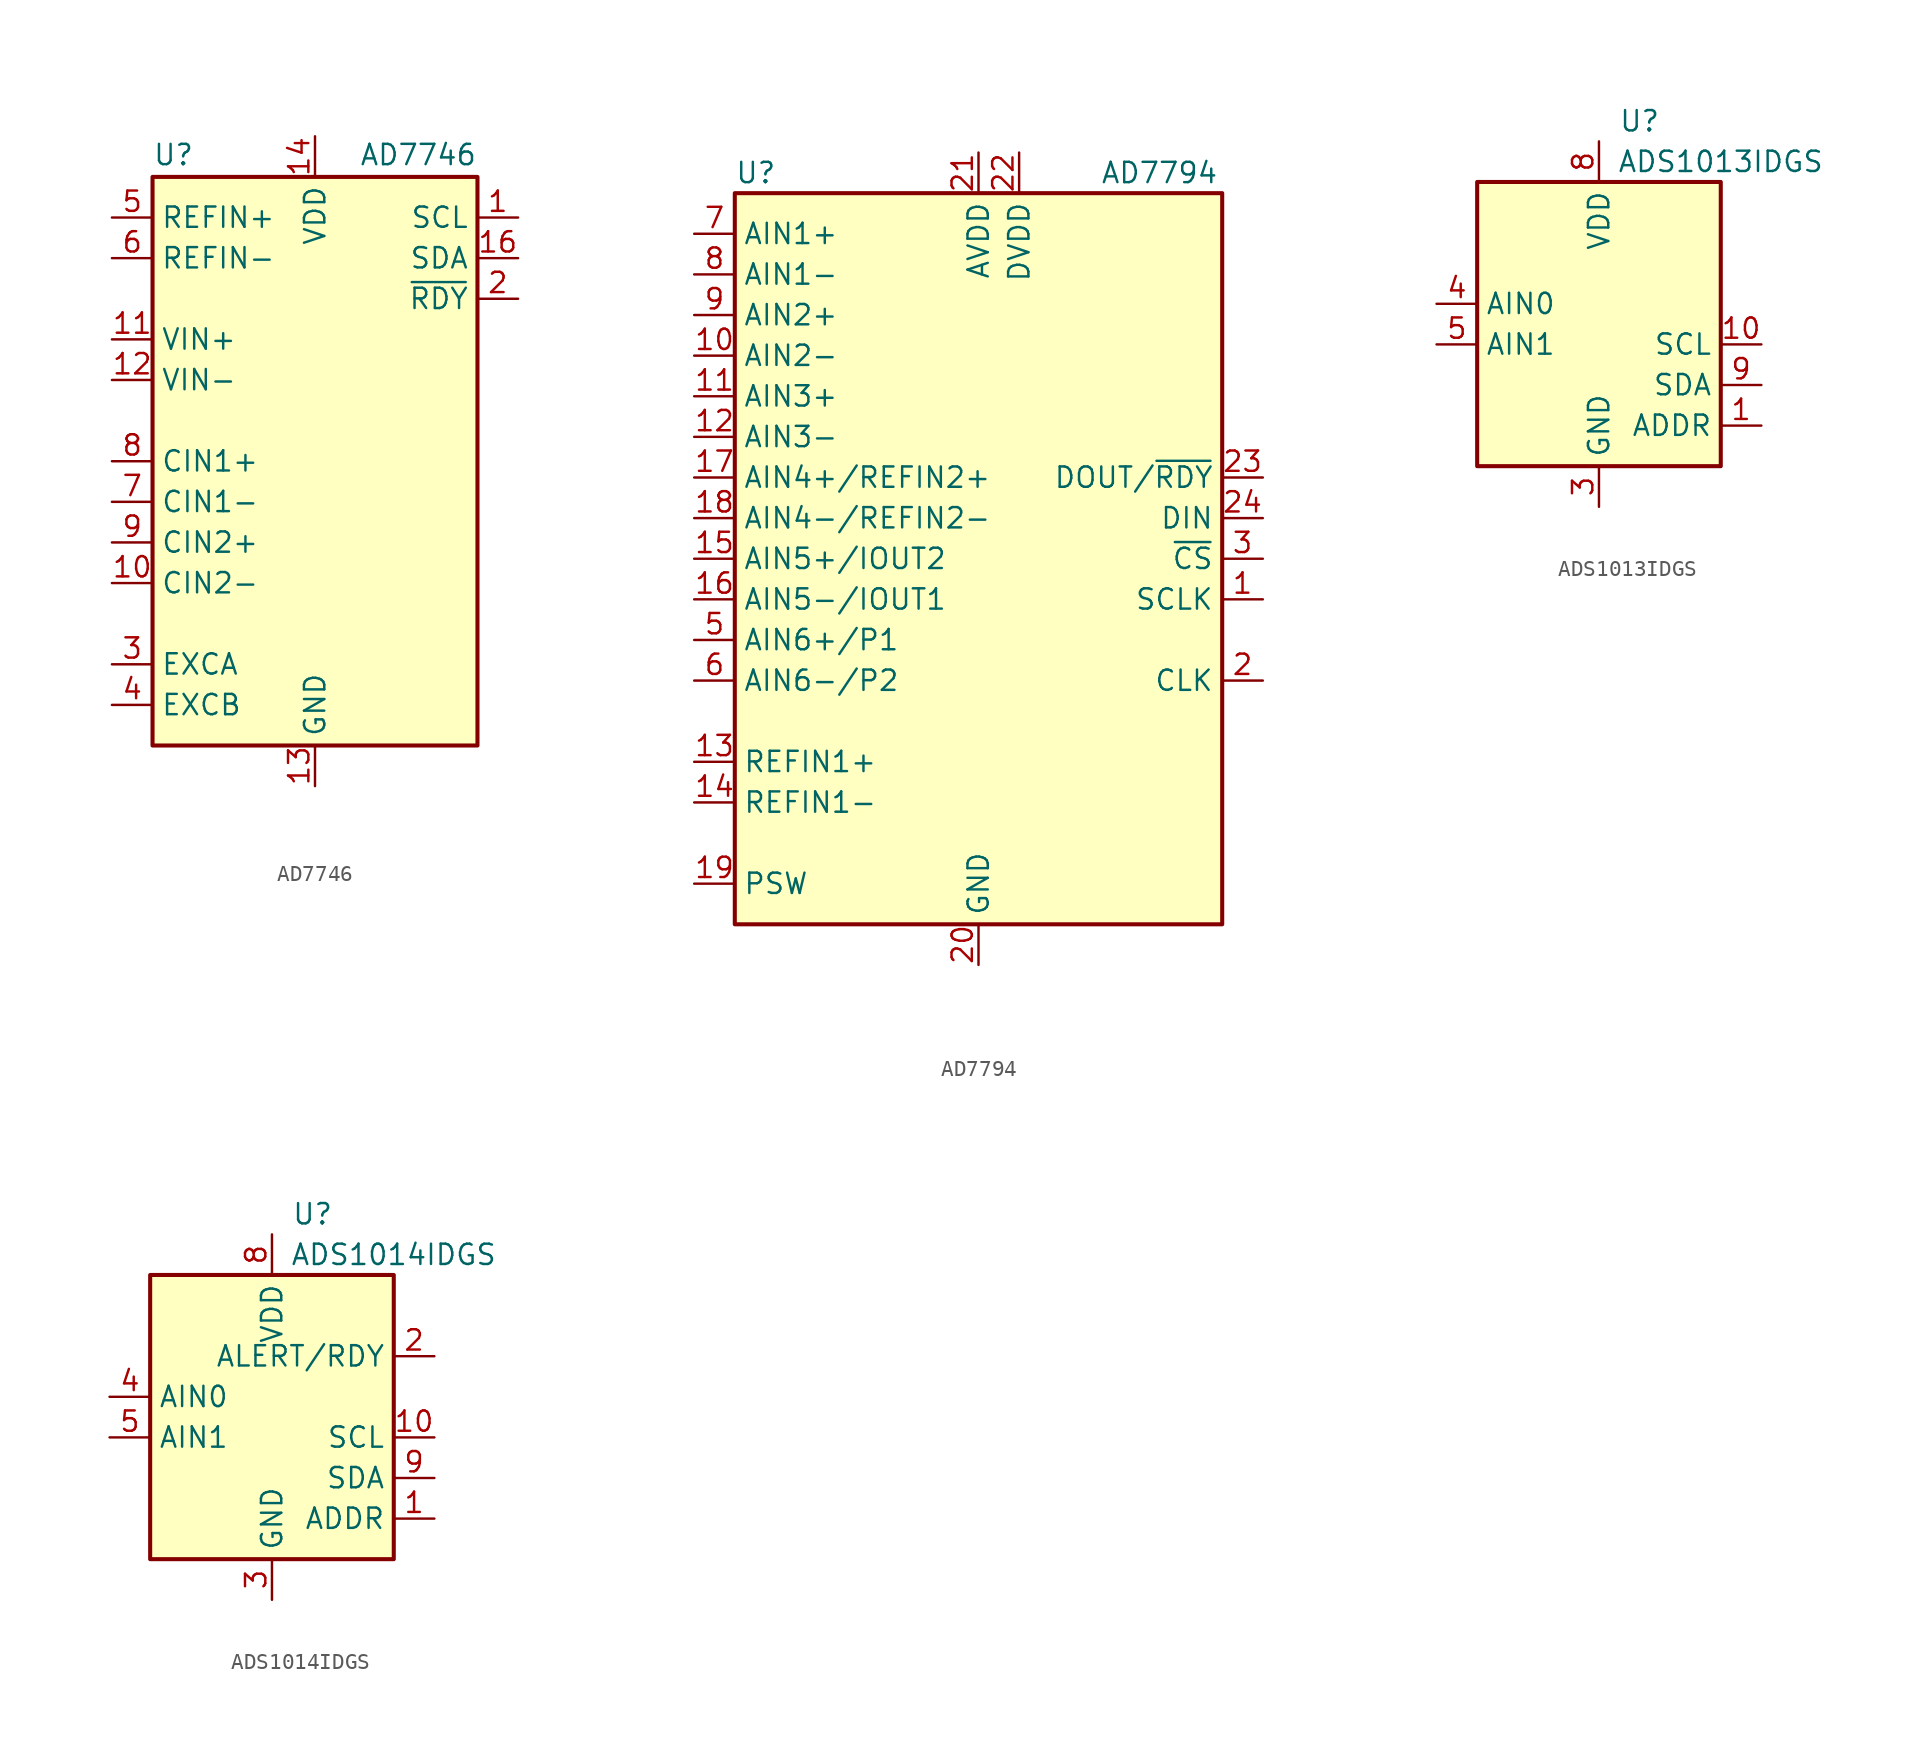
<source format=kicad_sym>
(kicad_symbol_lib
  (version 20200908)
  (generator kicad_symbol_editor)
  (symbol "Analog_ADC:AD7746"
    (property "Reference" "U"
      (at -10.16 18.415 0)
      (effects (font (size 1.27 1.27)) (justify left bottom)))
    (property "Value" "AD7746"
      (at 10.16 18.415 0)
      (effects (font (size 1.27 1.27)) (justify right bottom)))
    (symbol "AD7746_0_1"
      (rectangle (start -10.16 -17.78) (end 10.16 17.78) (stroke (width 0.254)) (fill (type background))))
    (symbol "AD7746_1_1"
      (pin input line (at 12.7 15.24 180) (length 2.54) (name "SCL" (effects (font (size 1.27 1.27)))) (number "1" (effects (font (size 1.27 1.27)))))
      (pin passive line (at -12.7 -7.62 0) (length 2.54) (name "CIN2-" (effects (font (size 1.27 1.27)))) (number "10" (effects (font (size 1.27 1.27)))))
      (pin input line (at -12.7 7.62 0) (length 2.54) (name "VIN+" (effects (font (size 1.27 1.27)))) (number "11" (effects (font (size 1.27 1.27)))))
      (pin input line (at -12.7 5.08 0) (length 2.54) (name "VIN-" (effects (font (size 1.27 1.27)))) (number "12" (effects (font (size 1.27 1.27)))))
      (pin power_in line (at 0 -20.32 90) (length 2.54) (name "GND" (effects (font (size 1.27 1.27)))) (number "13" (effects (font (size 1.27 1.27)))))
      (pin power_in line (at 0 20.32 270) (length 2.54) (name "VDD" (effects (font (size 1.27 1.27)))) (number "14" (effects (font (size 1.27 1.27)))))
      (pin unconnected line (at 10.16 -15.24 180) (length 2.54) hide (name "NC" (effects (font (size 1.27 1.27)))) (number "15" (effects (font (size 1.27 1.27)))))
      (pin bidirectional line (at 12.7 12.7 180) (length 2.54) (name "SDA" (effects (font (size 1.27 1.27)))) (number "16" (effects (font (size 1.27 1.27)))))
      (pin output line (at 12.7 10.16 180) (length 2.54) (name "~RDY" (effects (font (size 1.27 1.27)))) (number "2" (effects (font (size 1.27 1.27)))))
      (pin output line (at -12.7 -12.7 0) (length 2.54) (name "EXCA" (effects (font (size 1.27 1.27)))) (number "3" (effects (font (size 1.27 1.27)))))
      (pin output line (at -12.7 -15.24 0) (length 2.54) (name "EXCB" (effects (font (size 1.27 1.27)))) (number "4" (effects (font (size 1.27 1.27)))))
      (pin input line (at -12.7 15.24 0) (length 2.54) (name "REFIN+" (effects (font (size 1.27 1.27)))) (number "5" (effects (font (size 1.27 1.27)))))
      (pin input line (at -12.7 12.7 0) (length 2.54) (name "REFIN-" (effects (font (size 1.27 1.27)))) (number "6" (effects (font (size 1.27 1.27)))))
      (pin passive line (at -12.7 -2.54 0) (length 2.54) (name "CIN1-" (effects (font (size 1.27 1.27)))) (number "7" (effects (font (size 1.27 1.27)))))
      (pin passive line (at -12.7 0 0) (length 2.54) (name "CIN1+" (effects (font (size 1.27 1.27)))) (number "8" (effects (font (size 1.27 1.27)))))
      (pin passive line (at -12.7 -5.08 0) (length 2.54) (name "CIN2+" (effects (font (size 1.27 1.27)))) (number "9" (effects (font (size 1.27 1.27)))))))
  (symbol "Analog_ADC:AD7794"
    (property "Reference" "U"
      (at -15.24 24.13 0)
      (effects (font (size 1.27 1.27)) (justify left)))
    (property "Value" "AD7794"
      (at 7.62 24.13 0)
      (effects (font (size 1.27 1.27)) (justify left)))
    (symbol "AD7794_0_1"
      (rectangle (start -15.24 22.86) (end 15.24 -22.86) (stroke (width 0.254)) (fill (type background))))
    (symbol "AD7794_1_1"
      (pin input line (at 17.78 -2.54 180) (length 2.54) (name "SCLK" (effects (font (size 1.27 1.27)))) (number "1" (effects (font (size 1.27 1.27)))))
      (pin input line (at -17.78 12.7 0) (length 2.54) (name "AIN2-" (effects (font (size 1.27 1.27)))) (number "10" (effects (font (size 1.27 1.27)))))
      (pin input line (at -17.78 10.16 0) (length 2.54) (name "AIN3+" (effects (font (size 1.27 1.27)))) (number "11" (effects (font (size 1.27 1.27)))))
      (pin input line (at -17.78 7.62 0) (length 2.54) (name "AIN3-" (effects (font (size 1.27 1.27)))) (number "12" (effects (font (size 1.27 1.27)))))
      (pin input line (at -17.78 -12.7 0) (length 2.54) (name "REFIN1+" (effects (font (size 1.27 1.27)))) (number "13" (effects (font (size 1.27 1.27)))))
      (pin input line (at -17.78 -15.24 0) (length 2.54) (name "REFIN1-" (effects (font (size 1.27 1.27)))) (number "14" (effects (font (size 1.27 1.27)))))
      (pin input line (at -17.78 0 0) (length 2.54) (name "AIN5+/IOUT2" (effects (font (size 1.27 1.27)))) (number "15" (effects (font (size 1.27 1.27)))))
      (pin input line (at -17.78 -2.54 0) (length 2.54) (name "AIN5-/IOUT1" (effects (font (size 1.27 1.27)))) (number "16" (effects (font (size 1.27 1.27)))))
      (pin input line (at -17.78 5.08 0) (length 2.54) (name "AIN4+/REFIN2+" (effects (font (size 1.27 1.27)))) (number "17" (effects (font (size 1.27 1.27)))))
      (pin input line (at -17.78 2.54 0) (length 2.54) (name "AIN4-/REFIN2-" (effects (font (size 1.27 1.27)))) (number "18" (effects (font (size 1.27 1.27)))))
      (pin passive line (at -17.78 -20.32 0) (length 2.54) (name "PSW" (effects (font (size 1.27 1.27)))) (number "19" (effects (font (size 1.27 1.27)))))
      (pin bidirectional line (at 17.78 -7.62 180) (length 2.54) (name "CLK" (effects (font (size 1.27 1.27)))) (number "2" (effects (font (size 1.27 1.27)))))
      (pin power_in line (at 0 -25.4 90) (length 2.54) (name "GND" (effects (font (size 1.27 1.27)))) (number "20" (effects (font (size 1.27 1.27)))))
      (pin power_in line (at 0 25.4 270) (length 2.54) (name "AVDD" (effects (font (size 1.27 1.27)))) (number "21" (effects (font (size 1.27 1.27)))))
      (pin power_in line (at 2.54 25.4 270) (length 2.54) (name "DVDD" (effects (font (size 1.27 1.27)))) (number "22" (effects (font (size 1.27 1.27)))))
      (pin output line (at 17.78 5.08 180) (length 2.54) (name "DOUT/~RDY" (effects (font (size 1.27 1.27)))) (number "23" (effects (font (size 1.27 1.27)))))
      (pin input line (at 17.78 2.54 180) (length 2.54) (name "DIN" (effects (font (size 1.27 1.27)))) (number "24" (effects (font (size 1.27 1.27)))))
      (pin input line (at 17.78 0 180) (length 2.54) (name "~CS" (effects (font (size 1.27 1.27)))) (number "3" (effects (font (size 1.27 1.27)))))
      (pin unconnected line (at 15.24 -20.32 180) (length 2.54) hide (name "NC" (effects (font (size 1.27 1.27)))) (number "4" (effects (font (size 1.27 1.27)))))
      (pin input line (at -17.78 -5.08 0) (length 2.54) (name "AIN6+/P1" (effects (font (size 1.27 1.27)))) (number "5" (effects (font (size 1.27 1.27)))))
      (pin input line (at -17.78 -7.62 0) (length 2.54) (name "AIN6-/P2" (effects (font (size 1.27 1.27)))) (number "6" (effects (font (size 1.27 1.27)))))
      (pin input line (at -17.78 20.32 0) (length 2.54) (name "AIN1+" (effects (font (size 1.27 1.27)))) (number "7" (effects (font (size 1.27 1.27)))))
      (pin input line (at -17.78 17.78 0) (length 2.54) (name "AIN1-" (effects (font (size 1.27 1.27)))) (number "8" (effects (font (size 1.27 1.27)))))
      (pin input line (at -17.78 15.24 0) (length 2.54) (name "AIN2+" (effects (font (size 1.27 1.27)))) (number "9" (effects (font (size 1.27 1.27)))))))
  (symbol "Analog_ADC:ADS1013IDGS"
    (property "Reference" "U"
      (at 2.54 13.97 0)
      (effects (font (size 1.27 1.27))))
    (property "Value" "ADS1013IDGS"
      (at 7.62 11.43 0)
      (effects (font (size 1.27 1.27))))
    (symbol "ADS1013IDGS_0_1"
      (rectangle (start -7.62 10.16) (end 7.62 -7.62) (stroke (width 0.254)) (fill (type background))))
    (symbol "ADS1013IDGS_1_1"
      (pin input line (at 10.16 -5.08 180) (length 2.54) (name "ADDR" (effects (font (size 1.27 1.27)))) (number "1" (effects (font (size 1.27 1.27)))))
      (pin input line (at 10.16 0 180) (length 2.54) (name "SCL" (effects (font (size 1.27 1.27)))) (number "10" (effects (font (size 1.27 1.27)))))
      (pin unconnected line (at 7.62 7.62 180) (length 2.54) hide (name "~" (effects (font (size 1.27 1.27)))) (number "2" (effects (font (size 1.27 1.27)))))
      (pin power_in line (at 0 -10.16 90) (length 2.54) (name "GND" (effects (font (size 1.27 1.27)))) (number "3" (effects (font (size 1.27 1.27)))))
      (pin input line (at -10.16 2.54 0) (length 2.54) (name "AIN0" (effects (font (size 1.27 1.27)))) (number "4" (effects (font (size 1.27 1.27)))))
      (pin input line (at -10.16 0 0) (length 2.54) (name "AIN1" (effects (font (size 1.27 1.27)))) (number "5" (effects (font (size 1.27 1.27)))))
      (pin unconnected line (at 7.62 5.08 180) (length 2.54) hide (name "~" (effects (font (size 1.27 1.27)))) (number "6" (effects (font (size 1.27 1.27)))))
      (pin unconnected line (at 7.62 2.54 180) (length 2.54) hide (name "~" (effects (font (size 1.27 1.27)))) (number "7" (effects (font (size 1.27 1.27)))))
      (pin power_in line (at 0 12.7 270) (length 2.54) (name "VDD" (effects (font (size 1.27 1.27)))) (number "8" (effects (font (size 1.27 1.27)))))
      (pin bidirectional line (at 10.16 -2.54 180) (length 2.54) (name "SDA" (effects (font (size 1.27 1.27)))) (number "9" (effects (font (size 1.27 1.27)))))))
  (symbol "Analog_ADC:ADS1014IDGS"
    (property "Reference" "U"
      (at 2.54 13.97 0)
      (effects (font (size 1.27 1.27))))
    (property "Value" "ADS1014IDGS"
      (at 7.62 11.43 0)
      (effects (font (size 1.27 1.27))))
    (symbol "ADS1014IDGS_0_1"
      (rectangle (start -7.62 10.16) (end 7.62 -7.62) (stroke (width 0.254)) (fill (type background))))
    (symbol "ADS1014IDGS_1_1"
      (pin input line (at 10.16 -5.08 180) (length 2.54) (name "ADDR" (effects (font (size 1.27 1.27)))) (number "1" (effects (font (size 1.27 1.27)))))
      (pin input line (at 10.16 0 180) (length 2.54) (name "SCL" (effects (font (size 1.27 1.27)))) (number "10" (effects (font (size 1.27 1.27)))))
      (pin output line (at 10.16 5.08 180) (length 2.54) (name "ALERT/RDY" (effects (font (size 1.27 1.27)))) (number "2" (effects (font (size 1.27 1.27)))))
      (pin power_in line (at 0 -10.16 90) (length 2.54) (name "GND" (effects (font (size 1.27 1.27)))) (number "3" (effects (font (size 1.27 1.27)))))
      (pin input line (at -10.16 2.54 0) (length 2.54) (name "AIN0" (effects (font (size 1.27 1.27)))) (number "4" (effects (font (size 1.27 1.27)))))
      (pin input line (at -10.16 0 0) (length 2.54) (name "AIN1" (effects (font (size 1.27 1.27)))) (number "5" (effects (font (size 1.27 1.27)))))
      (pin unconnected line (at -7.62 7.62 0) (length 2.54) hide (name "~" (effects (font (size 1.27 1.27)))) (number "6" (effects (font (size 1.27 1.27)))))
      (pin unconnected line (at -7.62 5.08 0) (length 2.54) hide (name "~" (effects (font (size 1.27 1.27)))) (number "7" (effects (font (size 1.27 1.27)))))
      (pin power_in line (at 0 12.7 270) (length 2.54) (name "VDD" (effects (font (size 1.27 1.27)))) (number "8" (effects (font (size 1.27 1.27)))))
      (pin bidirectional line (at 10.16 -2.54 180) (length 2.54) (name "SDA" (effects (font (size 1.27 1.27)))) (number "9" (effects (font (size 1.27 1.27))))))))
</source>
